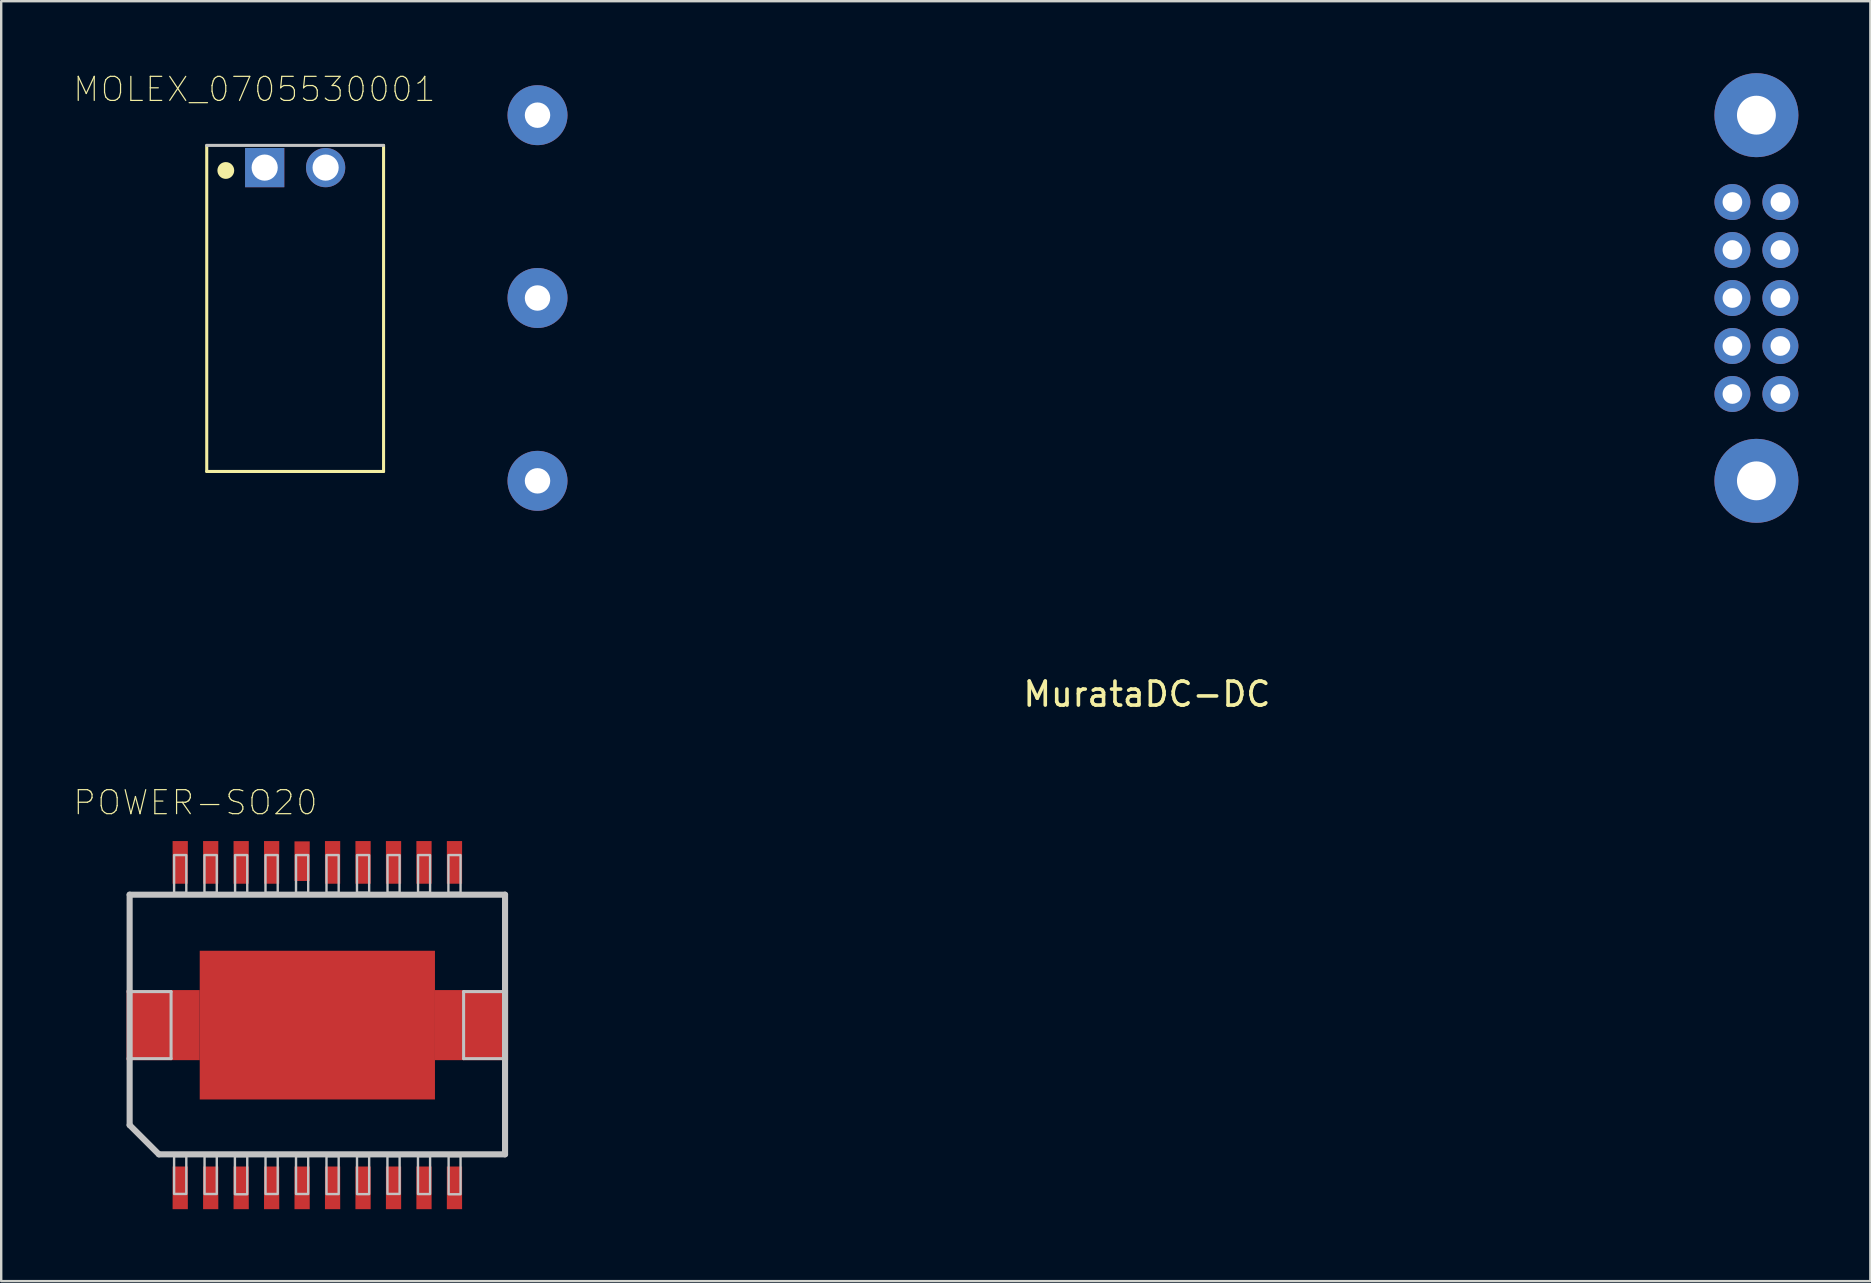
<source format=kicad_pcb>
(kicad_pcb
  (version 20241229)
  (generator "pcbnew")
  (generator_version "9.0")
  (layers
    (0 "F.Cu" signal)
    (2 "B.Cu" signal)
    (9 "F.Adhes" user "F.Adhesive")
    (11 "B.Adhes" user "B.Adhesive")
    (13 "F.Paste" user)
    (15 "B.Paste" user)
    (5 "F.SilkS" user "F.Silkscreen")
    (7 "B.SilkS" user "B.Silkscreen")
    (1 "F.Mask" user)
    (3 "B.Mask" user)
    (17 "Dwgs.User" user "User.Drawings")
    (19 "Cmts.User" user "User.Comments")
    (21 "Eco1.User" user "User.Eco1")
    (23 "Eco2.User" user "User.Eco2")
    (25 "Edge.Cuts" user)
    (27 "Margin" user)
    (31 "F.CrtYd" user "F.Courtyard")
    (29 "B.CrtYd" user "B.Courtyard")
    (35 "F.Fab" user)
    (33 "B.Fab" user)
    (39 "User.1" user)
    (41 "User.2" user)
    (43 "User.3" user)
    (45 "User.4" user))
  (footprint "MOLEX_0705530001"
    (layer "F.Cu")
    (at 7.981 3.935)
    (property "Reference" "MOLEX_0705530001" (at -0.43 -3.262 0) (layer "F.SilkS") (effects (font (size 1.001 1.001) (thickness 0.05))))
    (attr through_hole)
    (fp_line (start -2.415 -0.925) (end -2.415 12.665) (stroke (width 0.127) (type solid)) (layer "F.SilkS"))
    (fp_line (start -2.415 12.665) (end 4.955 12.665) (stroke (width 0.127) (type solid)) (layer "F.SilkS"))
    (fp_line (start 4.955 12.665) (end 4.955 -0.925) (stroke (width 0.127) (type solid)) (layer "F.SilkS"))
    (fp_circle (center -1.62 0.12) (end -1.27 0.12) (stroke (width 0) (type solid)) (fill yes) (layer "F.SilkS"))
    (fp_line (start 4.955 -0.925) (end -2.415 -0.925) (stroke (width 0.127) (type solid)) (layer "Dwgs.User"))
    (fp_line (start -2.75 -1.25) (end -2.75 13) (stroke (width 0.05) (type solid)) (layer "Eco1.User"))
    (fp_line (start -2.75 13) (end 5.25 13) (stroke (width 0.05) (type solid)) (layer "Eco1.User"))
    (fp_line (start 5.25 -1.25) (end -2.75 -1.25) (stroke (width 0.05) (type solid)) (layer "Eco1.User"))
    (fp_line (start 5.25 13) (end 5.25 -1.25) (stroke (width 0.05) (type solid)) (layer "Eco1.User"))
    (pad "1" thru_hole rect (at 0 0) (size 1.635 1.635) (drill 1.09) (layers "*.Cu" "*.Mask"))
    (pad "2" thru_hole circle (at 2.54 0) (size 1.635 1.635) (drill 1.09) (layers "*.Cu" "*.Mask")))
  (footprint "POWER-SO20"
    (layer "F.Cu")
    (at 10.176 39.674)
    (property "Reference" "POWER-SO20" (at -5.081 -9.273 0) (layer "F.SilkS") (effects (font (size 1 1) (thickness 0.05))))
    (attr smd)
    (fp_line (start -7.823 -5.436) (end 7.823 -5.436) (stroke (width 0.254) (type solid)) (layer "Dwgs.User"))
    (fp_line (start -7.823 -1.397) (end -7.823 -5.436) (stroke (width 0.254) (type solid)) (layer "Dwgs.User"))
    (fp_line (start -7.823 -1.397) (end -6.096 -1.397) (stroke (width 0.127) (type solid)) (layer "Dwgs.User"))
    (fp_line (start -7.823 1.397) (end -7.823 -1.397) (stroke (width 0.254) (type solid)) (layer "Dwgs.User"))
    (fp_line (start -7.823 4.166) (end -7.823 1.397) (stroke (width 0.254) (type solid)) (layer "Dwgs.User"))
    (fp_line (start -6.604 5.385) (end -7.823 4.166) (stroke (width 0.254) (type solid)) (layer "Dwgs.User"))
    (fp_line (start -6.096 -1.397) (end -6.096 1.397) (stroke (width 0.127) (type solid)) (layer "Dwgs.User"))
    (fp_line (start -6.096 1.397) (end -7.823 1.397) (stroke (width 0.127) (type solid)) (layer "Dwgs.User"))
    (fp_line (start 6.096 -1.397) (end 6.096 1.397) (stroke (width 0.127) (type solid)) (layer "Dwgs.User"))
    (fp_line (start 6.096 1.397) (end 7.874 1.397) (stroke (width 0.127) (type solid)) (layer "Dwgs.User"))
    (fp_line (start 7.823 -5.436) (end 7.823 5.385) (stroke (width 0.254) (type solid)) (layer "Dwgs.User"))
    (fp_line (start 7.823 5.385) (end -6.604 5.385) (stroke (width 0.254) (type solid)) (layer "Dwgs.User"))
    (fp_line (start 7.874 -1.397) (end 6.096 -1.397) (stroke (width 0.127) (type solid)) (layer "Dwgs.User"))
    (fp_poly (pts (xy -5.97 5.461) (xy -5.461 5.461) (xy -5.461 7.037) (xy -5.97 7.037)) (stroke (width 0.1) (type solid)) (fill no) (layer "Dwgs.User"))
    (fp_poly (pts (xy -5.97 -7.087) (xy -5.461 -7.087) (xy -5.461 -5.512) (xy -5.97 -5.512)) (stroke (width 0.1) (type solid)) (fill no) (layer "Dwgs.User"))
    (fp_poly (pts (xy -4.705 -7.087) (xy -4.191 -7.087) (xy -4.191 -5.519) (xy -4.705 -5.519)) (stroke (width 0.1) (type solid)) (fill no) (layer "Dwgs.User"))
    (fp_poly (pts (xy -4.701 5.461) (xy -4.191 5.461) (xy -4.191 7.039) (xy -4.701 7.039)) (stroke (width 0.1) (type solid)) (fill no) (layer "Dwgs.User"))
    (fp_poly (pts (xy -3.436 5.461) (xy -2.921 5.461) (xy -2.921 7.049) (xy -3.436 7.049)) (stroke (width 0.1) (type solid)) (fill no) (layer "Dwgs.User"))
    (fp_poly (pts (xy -3.429 -7.087) (xy -2.921 -7.087) (xy -2.921 -5.512) (xy -3.429 -5.512)) (stroke (width 0.1) (type solid)) (fill no) (layer "Dwgs.User"))
    (fp_poly (pts (xy -2.161 -7.087) (xy -1.651 -7.087) (xy -1.651 -5.517) (xy -2.161 -5.517)) (stroke (width 0.1) (type solid)) (fill no) (layer "Dwgs.User"))
    (fp_poly (pts (xy -2.16 5.461) (xy -1.651 5.461) (xy -1.651 7.038) (xy -2.16 7.038)) (stroke (width 0.1) (type solid)) (fill no) (layer "Dwgs.User"))
    (fp_poly (pts (xy -0.889 5.461) (xy -0.381 5.461) (xy -0.381 7.039) (xy -0.889 7.039)) (stroke (width 0.1) (type solid)) (fill no) (layer "Dwgs.User"))
    (fp_poly (pts (xy -0.889 -7.087) (xy -0.381 -7.087) (xy -0.381 -5.512) (xy -0.889 -5.512)) (stroke (width 0.1) (type solid)) (fill no) (layer "Dwgs.User"))
    (fp_poly (pts (xy 0.381 -7.087) (xy 0.889 -7.087) (xy 0.889 -5.515) (xy 0.381 -5.515)) (stroke (width 0.1) (type solid)) (fill no) (layer "Dwgs.User"))
    (fp_poly (pts (xy 0.381 5.461) (xy 0.889 5.461) (xy 0.889 7.042) (xy 0.381 7.042)) (stroke (width 0.1) (type solid)) (fill no) (layer "Dwgs.User"))
    (fp_poly (pts (xy 1.652 -7.087) (xy 2.159 -7.087) (xy 2.159 -5.516) (xy 1.652 -5.516)) (stroke (width 0.1) (type solid)) (fill no) (layer "Dwgs.User"))
    (fp_poly (pts (xy 1.653 5.461) (xy 2.159 5.461) (xy 2.159 7.044) (xy 1.653 7.044)) (stroke (width 0.1) (type solid)) (fill no) (layer "Dwgs.User"))
    (fp_poly (pts (xy 2.921 5.461) (xy 3.429 5.461) (xy 3.429 7.037) (xy 2.921 7.037)) (stroke (width 0.1) (type solid)) (fill no) (layer "Dwgs.User"))
    (fp_poly (pts (xy 2.924 -7.087) (xy 3.429 -7.087) (xy 3.429 -5.518) (xy 2.924 -5.518)) (stroke (width 0.1) (type solid)) (fill no) (layer "Dwgs.User"))
    (fp_poly (pts (xy 4.194 5.461) (xy 4.699 5.461) (xy 4.699 7.041) (xy 4.194 7.041)) (stroke (width 0.1) (type solid)) (fill no) (layer "Dwgs.User"))
    (fp_poly (pts (xy 4.197 -7.087) (xy 4.699 -7.087) (xy 4.699 -5.52) (xy 4.197 -5.52)) (stroke (width 0.1) (type solid)) (fill no) (layer "Dwgs.User"))
    (fp_poly (pts (xy 5.462 -7.087) (xy 5.969 -7.087) (xy 5.969 -5.513) (xy 5.462 -5.513)) (stroke (width 0.1) (type solid)) (fill no) (layer "Dwgs.User"))
    (fp_poly (pts (xy 5.471 5.461) (xy 5.969 5.461) (xy 5.969 7.049) (xy 5.471 7.049)) (stroke (width 0.1) (type solid)) (fill no) (layer "Dwgs.User"))
    (pad "P$1" smd rect (at -5.715 6.782 90) (size 1.778 0.635) (layers "F.Cu" "F.Mask" "F.Paste"))
    (pad "P$2" smd rect (at -4.445 6.782 90) (size 1.778 0.635) (layers "F.Cu" "F.Mask" "F.Paste"))
    (pad "P$3" smd rect (at -3.175 6.782 90) (size 1.778 0.635) (layers "F.Cu" "F.Mask" "F.Paste"))
    (pad "P$4" smd rect (at -1.905 6.782 90) (size 1.778 0.635) (layers "F.Cu" "F.Mask" "F.Paste"))
    (pad "P$5" smd rect (at -0.635 6.782 90) (size 1.778 0.635) (layers "F.Cu" "F.Mask" "F.Paste"))
    (pad "P$6" smd rect (at 0.635 6.782 90) (size 1.778 0.635) (layers "F.Cu" "F.Mask" "F.Paste"))
    (pad "P$7" smd rect (at 1.905 6.782 90) (size 1.778 0.635) (layers "F.Cu" "F.Mask" "F.Paste"))
    (pad "P$8" smd rect (at 3.175 6.782 90) (size 1.778 0.635) (layers "F.Cu" "F.Mask" "F.Paste"))
    (pad "P$9" smd rect (at 4.445 6.782 90) (size 1.778 0.635) (layers "F.Cu" "F.Mask" "F.Paste"))
    (pad "P$10" smd rect (at 5.715 6.782 90) (size 1.778 0.635) (layers "F.Cu" "F.Mask" "F.Paste"))
    (pad "P$11" smd rect (at 5.715 -6.782 90) (size 1.778 0.635) (layers "F.Cu" "F.Mask" "F.Paste"))
    (pad "P$12" smd rect (at 4.445 -6.782 90) (size 1.778 0.635) (layers "F.Cu" "F.Mask" "F.Paste"))
    (pad "P$13" smd rect (at 3.175 -6.782 90) (size 1.778 0.635) (layers "F.Cu" "F.Mask" "F.Paste"))
    (pad "P$14" smd rect (at 1.905 -6.782 90) (size 1.778 0.635) (layers "F.Cu" "F.Mask" "F.Paste"))
    (pad "P$15" smd rect (at 0.635 -6.782 90) (size 1.778 0.635) (layers "F.Cu" "F.Mask" "F.Paste"))
    (pad "P$16" smd rect (at -0.635 -6.833 90) (size 1.651 0.635) (layers "F.Cu" "F.Mask" "F.Paste"))
    (pad "P$17" smd rect (at -1.905 -6.782 90) (size 1.778 0.635) (layers "F.Cu" "F.Mask" "F.Paste"))
    (pad "P$18" smd rect (at -3.175 -6.782 90) (size 1.778 0.635) (layers "F.Cu" "F.Mask" "F.Paste"))
    (pad "P$19" smd rect (at -4.445 -6.782 90) (size 1.778 0.635) (layers "F.Cu" "F.Mask" "F.Paste"))
    (pad "P$20" smd rect (at -5.715 -6.782 90) (size 1.778 0.635) (layers "F.Cu" "F.Mask" "F.Paste"))
    (pad "P$21" smd rect (at 0 0) (size 9.804 6.198) (layers "F.Cu" "F.Mask" "F.Paste"))
    (pad "P$22" smd rect (at -6.426 0 180) (size 3.048 2.921) (layers "F.Cu" "F.Mask" "F.Paste"))
    (pad "P$23" smd rect (at 6.426 0 180) (size 3.048 2.921) (layers "F.Cu" "F.Mask" "F.Paste")))
  (footprint "MurataDC-DC"
    (layer "F.Cu")
    (at 44.752 9.37)
    (property "Reference" "MurataDC-DC" (at 0 16.51 0) (layer "F.SilkS") (effects (font (size 1 1) (thickness 0.15))))
    (attr through_hole)
    (pad "1" thru_hole circle (at -25.4 -7.62) (size 2.5 2.5) (drill 1.06) (layers "*.Cu" "*.Mask"))
    (pad "2" thru_hole circle (at -25.4 0) (size 2.5 2.5) (drill 1.06) (layers "*.Cu" "*.Mask"))
    (pad "4" thru_hole circle (at -25.4 7.62) (size 2.5 2.5) (drill 1.06) (layers "*.Cu" "*.Mask"))
    (pad "5" thru_hole circle (at 25.4 7.62) (size 3.5 3.5) (drill 1.62) (layers "*.Cu" "*.Mask"))
    (pad "6" thru_hole circle (at 24.4 4) (size 1.5 1.5) (drill 0.82) (layers "*.Cu" "*.Mask"))
    (pad "7" thru_hole circle (at 26.4 4) (size 1.5 1.5) (drill 0.82) (layers "*.Cu" "*.Mask"))
    (pad "8" thru_hole circle (at 24.4 2) (size 1.5 1.5) (drill 0.82) (layers "*.Cu" "*.Mask"))
    (pad "9" thru_hole circle (at 26.4 2) (size 1.5 1.5) (drill 0.82) (layers "*.Cu" "*.Mask"))
    (pad "10" thru_hole circle (at 24.4 0) (size 1.5 1.5) (drill 0.82) (layers "*.Cu" "*.Mask"))
    (pad "11" thru_hole circle (at 26.4 0) (size 1.5 1.5) (drill 0.82) (layers "*.Cu" "*.Mask"))
    (pad "12" thru_hole circle (at 24.4 -2) (size 1.5 1.5) (drill 0.82) (layers "*.Cu" "*.Mask"))
    (pad "13" thru_hole circle (at 26.4 -2) (size 1.5 1.5) (drill 0.82) (layers "*.Cu" "*.Mask"))
    (pad "14" thru_hole circle (at 24.4 -4) (size 1.5 1.5) (drill 0.82) (layers "*.Cu" "*.Mask"))
    (pad "15" thru_hole circle (at 26.4 -4) (size 1.5 1.5) (drill 0.82) (layers "*.Cu" "*.Mask"))
    (pad "16" thru_hole circle (at 25.4 -7.62) (size 3.5 3.5) (drill 1.62) (layers "*.Cu" "*.Mask")))
  (gr_rect
    (start -3 -3)
    (end 74.902 50.344)
    (stroke (width 0.1) (type default))
    (fill no)
    (layer "Edge.Cuts")))
</source>
